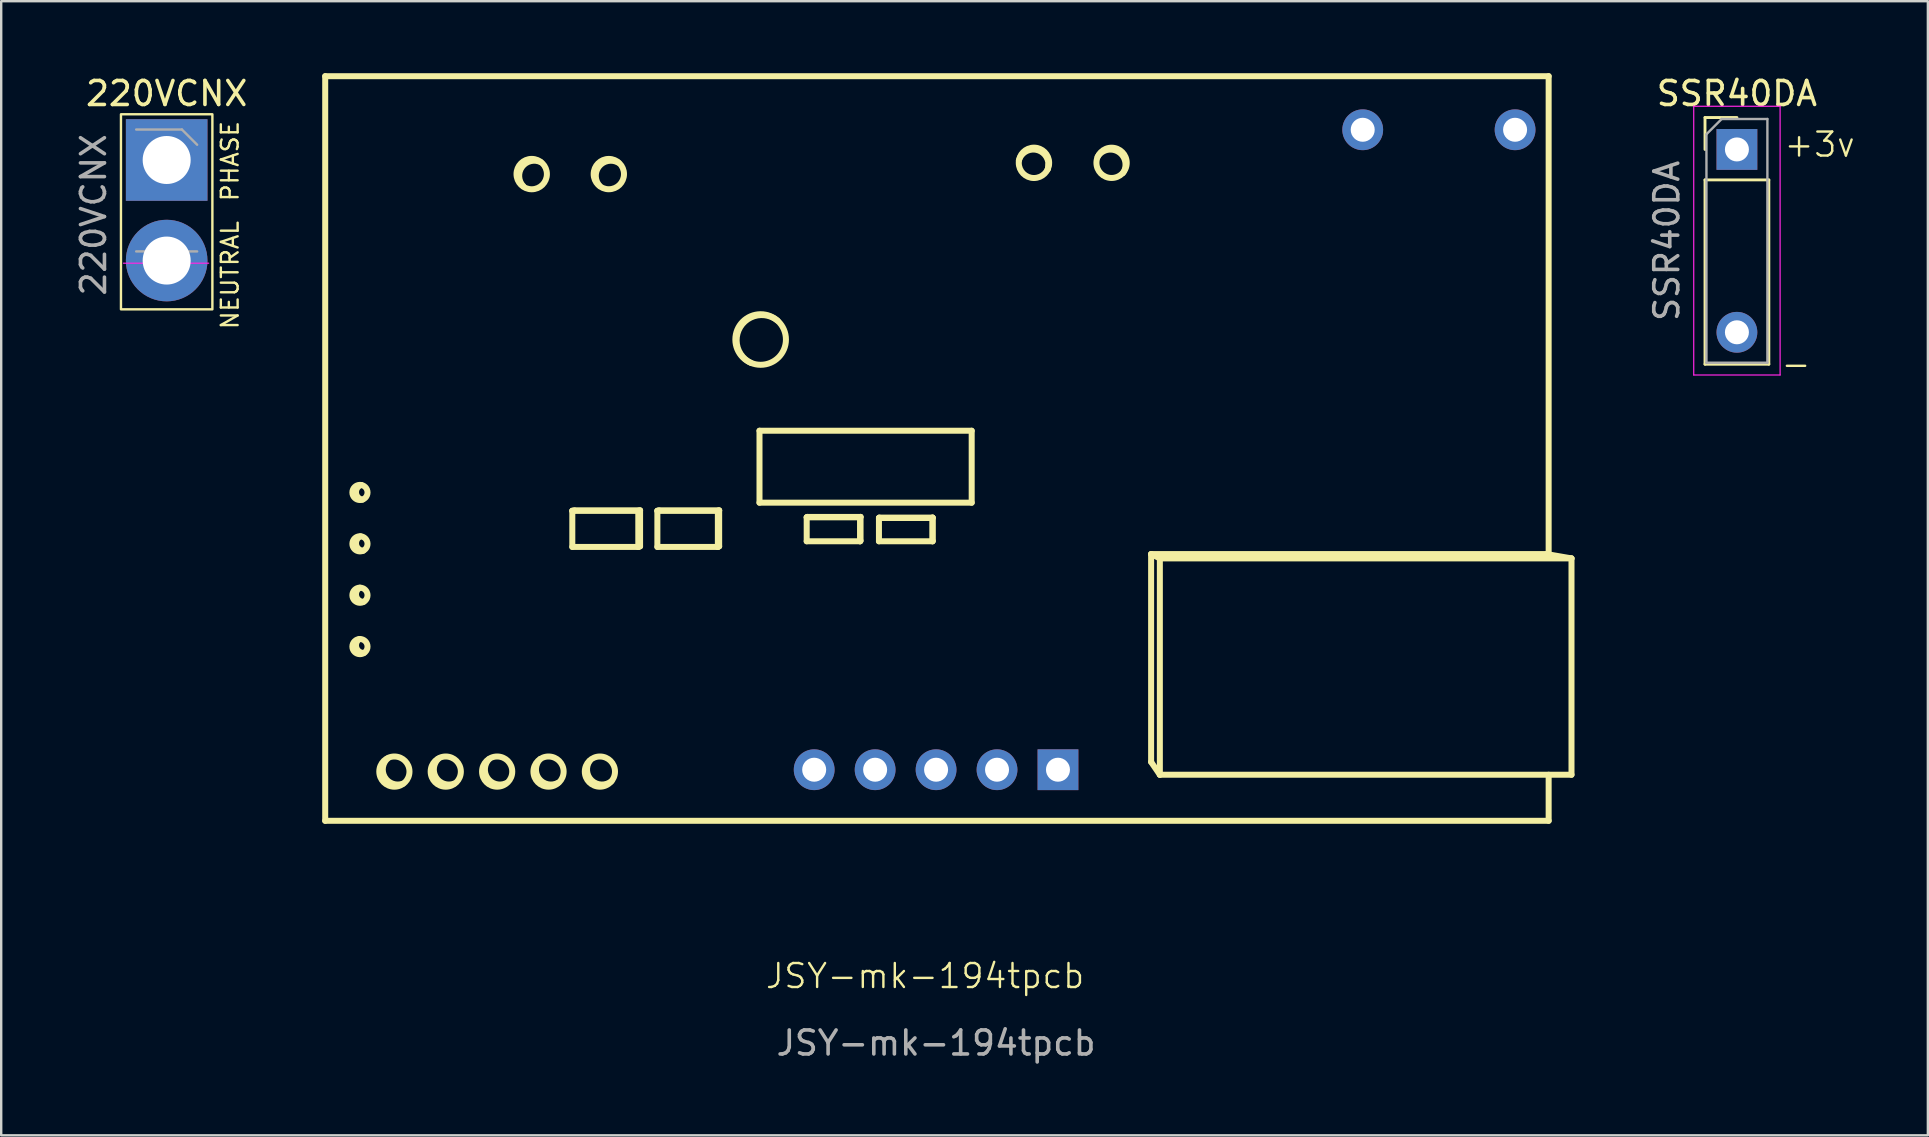
<source format=kicad_pcb>
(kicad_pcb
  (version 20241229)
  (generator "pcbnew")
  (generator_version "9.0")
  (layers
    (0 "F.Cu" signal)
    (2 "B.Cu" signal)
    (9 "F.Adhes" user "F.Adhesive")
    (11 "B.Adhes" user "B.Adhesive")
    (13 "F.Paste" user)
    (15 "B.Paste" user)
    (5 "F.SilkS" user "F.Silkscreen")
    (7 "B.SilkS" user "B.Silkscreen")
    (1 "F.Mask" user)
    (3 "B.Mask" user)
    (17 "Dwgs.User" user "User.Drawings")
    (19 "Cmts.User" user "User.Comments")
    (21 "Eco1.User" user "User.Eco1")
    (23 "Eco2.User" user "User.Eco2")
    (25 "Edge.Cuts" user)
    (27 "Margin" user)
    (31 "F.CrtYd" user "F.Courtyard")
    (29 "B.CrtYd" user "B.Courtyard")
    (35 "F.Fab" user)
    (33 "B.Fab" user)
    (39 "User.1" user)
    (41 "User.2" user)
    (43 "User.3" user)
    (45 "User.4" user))
  (footprint "220VCNX"
    (layer "F.Cu")
    (at 3.896 3.618)
    (property "Reference" "220VCNX" (at 0 -2.77 0) (layer "F.SilkS") (effects (font (size 1 1) (thickness 0.15))))
    (attr through_hole)
    (fp_rect (start -1.905 -1.905) (end 1.905 6.223) (stroke (width 0.1) (type default)) (fill no) (layer "F.SilkS"))
    (fp_line (start 1.75 4.3) (end -1.8 4.3) (stroke (width 0.05) (type solid)) (layer "F.CrtYd"))
    (fp_line (start -1.27 -1.27) (end 0.635 -1.27) (stroke (width 0.1) (type solid)) (layer "F.Fab"))
    (fp_line (start 0.635 -1.27) (end 1.27 -0.635) (stroke (width 0.1) (type solid)) (layer "F.Fab"))
    (fp_line (start 1.27 3.81) (end -1.27 3.81) (stroke (width 0.1) (type solid)) (layer "F.Fab"))
    (fp_text user "PHASE" (at 3.048 1.778 90) (unlocked yes) (layer "F.SilkS") (effects (font (size 0.7 0.7) (thickness 0.1)) (justify left bottom)))
    (fp_text user "NEUTRAL" (at 3.048 7.112 90) (unlocked yes) (layer "F.SilkS") (effects (font (size 0.7 0.7) (thickness 0.1)) (justify left bottom)))
    (fp_text user "${REFERENCE}" (at -3.048 2.286 90) (layer "F.Fab") (effects (font (size 1 1) (thickness 0.15))))
    (pad "1" thru_hole rect (at 0 0) (size 3.4 3.4) (drill 2) (layers "*.Cu" "*.Mask"))
    (pad "2" thru_hole oval (at 0 4.191) (size 3.4 3.4) (drill 2) (layers "*.Cu" "*.Mask")))
  (footprint "SSR40DA"
    (layer "F.Cu")
    (at 69.336 3.178)
    (property "Reference" "SSR40DA" (at 0 -2.33 0) (layer "F.SilkS") (effects (font (size 1 1) (thickness 0.15))))
    (attr through_hole)
    (fp_line (start -1.33 -1.33) (end 0 -1.33) (stroke (width 0.12) (type solid)) (layer "F.SilkS"))
    (fp_line (start -1.33 0) (end -1.33 -1.33) (stroke (width 0.12) (type solid)) (layer "F.SilkS"))
    (fp_line (start -1.33 1.27) (end -1.33 8.95) (stroke (width 0.12) (type solid)) (layer "F.SilkS"))
    (fp_line (start -1.33 1.27) (end 1.33 1.27) (stroke (width 0.12) (type solid)) (layer "F.SilkS"))
    (fp_line (start -1.33 8.95) (end 1.33 8.95) (stroke (width 0.12) (type solid)) (layer "F.SilkS"))
    (fp_line (start 1.33 1.27) (end 1.33 8.95) (stroke (width 0.12) (type solid)) (layer "F.SilkS"))
    (fp_line (start -1.8 -1.8) (end -1.8 9.4) (stroke (width 0.05) (type solid)) (layer "F.CrtYd"))
    (fp_line (start -1.8 9.4) (end 1.8 9.4) (stroke (width 0.05) (type solid)) (layer "F.CrtYd"))
    (fp_line (start 1.8 -1.8) (end -1.8 -1.8) (stroke (width 0.05) (type solid)) (layer "F.CrtYd"))
    (fp_line (start 1.8 9.4) (end 1.8 -1.8) (stroke (width 0.05) (type solid)) (layer "F.CrtYd"))
    (fp_line (start -1.27 -0.635) (end -0.635 -1.27) (stroke (width 0.1) (type solid)) (layer "F.Fab"))
    (fp_line (start -1.27 8.89) (end -1.27 -0.635) (stroke (width 0.1) (type solid)) (layer "F.Fab"))
    (fp_line (start -0.635 -1.27) (end 1.27 -1.27) (stroke (width 0.1) (type solid)) (layer "F.Fab"))
    (fp_line (start 1.27 -1.27) (end 1.27 8.89) (stroke (width 0.1) (type solid)) (layer "F.Fab"))
    (fp_line (start 1.27 8.89) (end -1.27 8.89) (stroke (width 0.1) (type solid)) (layer "F.Fab"))
    (fp_text user "-" (at 1.778 9.525 0) (unlocked yes) (layer "F.SilkS") (effects (font (size 1 1) (thickness 0.1)) (justify left bottom)))
    (fp_text user "+3v" (at 1.905 0.381 0) (unlocked yes) (layer "F.SilkS") (effects (font (size 1 1) (thickness 0.1)) (justify left bottom)))
    (fp_text user "${REFERENCE}" (at -2.921 3.81 90) (layer "F.Fab") (effects (font (size 1 1) (thickness 0.15))))
    (pad "3" thru_hole rect (at 0 0) (size 1.7 1.7) (drill 1) (layers "*.Cu" "*.Mask"))
    (pad "4" thru_hole oval (at 0 7.62) (size 1.7 1.7) (drill 1) (layers "*.Cu" "*.Mask")))
  (footprint "JSY-mk-194tpcb"
    (layer "F.Cu")
    (at 35.961 37.918)
    (property "Reference" "JSY-mk-194tpcb" (at -0.458 -0.293 0) (unlocked yes) (layer "F.SilkS") (effects (font (size 1 1) (thickness 0.1))))
    (attr smd)
    (fp_line (start -25.458 -37.793) (end -25.458 -6.761) (stroke (width 0.25) (type solid)) (layer "F.SilkS"))
    (fp_line (start -25.458 -6.761) (end 25.529 -6.761) (stroke (width 0.25) (type solid)) (layer "F.SilkS"))
    (fp_line (start -15.16 -19.681) (end -15.16 -18.175) (stroke (width 0.25) (type solid)) (layer "F.SilkS"))
    (fp_line (start -15.16 -19.681) (end -15.071 -19.696) (stroke (width 0.25) (type solid)) (layer "F.SilkS"))
    (fp_line (start -15.16 -18.175) (end -12.41 -18.175) (stroke (width 0.25) (type solid)) (layer "F.SilkS"))
    (fp_line (start -12.41 -19.681) (end -15.16 -19.681) (stroke (width 0.25) (type solid)) (layer "F.SilkS"))
    (fp_line (start -12.41 -19.681) (end -12.336 -19.696) (stroke (width 0.25) (type solid)) (layer "F.SilkS"))
    (fp_line (start -12.41 -18.175) (end -12.41 -19.681) (stroke (width 0.25) (type solid)) (layer "F.SilkS"))
    (fp_line (start -12.41 -18.175) (end -12.336 -18.199) (stroke (width 0.25) (type solid)) (layer "F.SilkS"))
    (fp_line (start -12.336 -19.696) (end -15.071 -19.696) (stroke (width 0.25) (type solid)) (layer "F.SilkS"))
    (fp_line (start -12.336 -18.199) (end -12.336 -19.696) (stroke (width 0.25) (type solid)) (layer "F.SilkS"))
    (fp_line (start -11.615 -19.681) (end -11.615 -18.175) (stroke (width 0.25) (type solid)) (layer "F.SilkS"))
    (fp_line (start -11.615 -19.681) (end -11.547 -19.696) (stroke (width 0.25) (type solid)) (layer "F.SilkS"))
    (fp_line (start -11.615 -18.175) (end -9.094 -18.175) (stroke (width 0.25) (type solid)) (layer "F.SilkS"))
    (fp_line (start -9.094 -19.681) (end -11.615 -19.681) (stroke (width 0.25) (type solid)) (layer "F.SilkS"))
    (fp_line (start -9.094 -19.681) (end -9.04 -19.696) (stroke (width 0.25) (type solid)) (layer "F.SilkS"))
    (fp_line (start -9.094 -18.175) (end -9.094 -19.681) (stroke (width 0.25) (type solid)) (layer "F.SilkS"))
    (fp_line (start -9.094 -18.175) (end -9.04 -18.199) (stroke (width 0.25) (type solid)) (layer "F.SilkS"))
    (fp_line (start -9.04 -19.696) (end -11.547 -19.696) (stroke (width 0.25) (type solid)) (layer "F.SilkS"))
    (fp_line (start -9.04 -18.199) (end -9.04 -19.696) (stroke (width 0.25) (type solid)) (layer "F.SilkS"))
    (fp_line (start -7.359 -23.017) (end -7.359 -20.018) (stroke (width 0.25) (type solid)) (layer "F.SilkS"))
    (fp_line (start -7.359 -20.018) (end 1.484 -20.018) (stroke (width 0.25) (type solid)) (layer "F.SilkS"))
    (fp_line (start -5.392 -19.409) (end -5.392 -18.41) (stroke (width 0.25) (type solid)) (layer "F.SilkS"))
    (fp_line (start -5.392 -19.409) (end -5.36 -19.426) (stroke (width 0.25) (type solid)) (layer "F.SilkS"))
    (fp_line (start -5.392 -18.41) (end -3.168 -18.41) (stroke (width 0.25) (type solid)) (layer "F.SilkS"))
    (fp_line (start -3.168 -19.409) (end -5.392 -19.409) (stroke (width 0.25) (type solid)) (layer "F.SilkS"))
    (fp_line (start -3.168 -19.409) (end -3.149 -19.426) (stroke (width 0.25) (type solid)) (layer "F.SilkS"))
    (fp_line (start -3.168 -18.41) (end -3.168 -19.409) (stroke (width 0.25) (type solid)) (layer "F.SilkS"))
    (fp_line (start -3.168 -18.41) (end -3.149 -18.432) (stroke (width 0.25) (type solid)) (layer "F.SilkS"))
    (fp_line (start -3.149 -19.426) (end -5.36 -19.426) (stroke (width 0.25) (type solid)) (layer "F.SilkS"))
    (fp_line (start -3.149 -18.432) (end -3.149 -19.426) (stroke (width 0.25) (type solid)) (layer "F.SilkS"))
    (fp_line (start -2.381 -19.381) (end -2.381 -18.41) (stroke (width 0.25) (type solid)) (layer "F.SilkS"))
    (fp_line (start -2.381 -19.381) (end -2.367 -19.398) (stroke (width 0.25) (type solid)) (layer "F.SilkS"))
    (fp_line (start -2.381 -18.41) (end -0.147 -18.41) (stroke (width 0.25) (type solid)) (layer "F.SilkS"))
    (fp_line (start -0.147 -19.381) (end -2.381 -19.381) (stroke (width 0.25) (type solid)) (layer "F.SilkS"))
    (fp_line (start -0.147 -19.381) (end -0.146 -19.398) (stroke (width 0.25) (type solid)) (layer "F.SilkS"))
    (fp_line (start -0.147 -18.41) (end -0.147 -19.381) (stroke (width 0.25) (type solid)) (layer "F.SilkS"))
    (fp_line (start -0.147 -18.41) (end -0.146 -18.432) (stroke (width 0.25) (type solid)) (layer "F.SilkS"))
    (fp_line (start -0.146 -19.398) (end -2.367 -19.398) (stroke (width 0.25) (type solid)) (layer "F.SilkS"))
    (fp_line (start -0.146 -18.432) (end -0.146 -19.398) (stroke (width 0.25) (type solid)) (layer "F.SilkS"))
    (fp_line (start 1.484 -23.017) (end -7.359 -23.017) (stroke (width 0.25) (type solid)) (layer "F.SilkS"))
    (fp_line (start 1.484 -20.018) (end 1.484 -23.017) (stroke (width 0.25) (type solid)) (layer "F.SilkS"))
    (fp_line (start 4.661 -33.945) (end 4.649 -33.904) (stroke (width 0.25) (type solid)) (layer "F.SilkS"))
    (fp_line (start 4.683 -34.108) (end 4.661 -33.945) (stroke (width 0.25) (type solid)) (layer "F.SilkS"))
    (fp_line (start 8.962 -17.877) (end 8.962 -9.213) (stroke (width 0.25) (type solid)) (layer "F.SilkS"))
    (fp_line (start 9.326 -17.697) (end 8.962 -17.877) (stroke (width 0.25) (type solid)) (layer "F.SilkS"))
    (fp_line (start 9.326 -17.697) (end 9.326 -8.68) (stroke (width 0.25) (type solid)) (layer "F.SilkS"))
    (fp_line (start 9.326 -8.68) (end 8.962 -9.213) (stroke (width 0.25) (type solid)) (layer "F.SilkS"))
    (fp_line (start 9.326 -8.68) (end 26.481 -8.68) (stroke (width 0.25) (type solid)) (layer "F.SilkS"))
    (fp_line (start 25.445 -17.877) (end 8.962 -17.877) (stroke (width 0.25) (type solid)) (layer "F.SilkS"))
    (fp_line (start 25.445 -17.877) (end 26.481 -17.697) (stroke (width 0.25) (type solid)) (layer "F.SilkS"))
    (fp_line (start 25.529 -37.793) (end -25.458 -37.793) (stroke (width 0.25) (type solid)) (layer "F.SilkS"))
    (fp_line (start 25.529 -17.862) (end 25.529 -37.793) (stroke (width 0.25) (type solid)) (layer "F.SilkS"))
    (fp_line (start 25.529 -6.761) (end 25.529 -8.68) (stroke (width 0.25) (type solid)) (layer "F.SilkS"))
    (fp_line (start 26.481 -17.697) (end 9.326 -17.697) (stroke (width 0.25) (type solid)) (layer "F.SilkS"))
    (fp_line (start 26.481 -17.697) (end 26.481 -8.68) (stroke (width 0.25) (type solid)) (layer "F.SilkS"))
    (fp_arc (start -23.905807 -20.145464) (mid -24.17386 -20.431679) (end -23.953977 -20.756369) (stroke (width 0.25) (type solid)) (layer "F.SilkS"))
    (fp_arc (start -23.875762 -18.014575) (mid -24.169684 -18.271742) (end -23.98608 -18.616436) (stroke (width 0.25) (type solid)) (layer "F.SilkS"))
    (fp_arc (start -23.860697 -15.886221) (mid -24.164721 -16.121329) (end -24.013732 -16.474753) (stroke (width 0.25) (type solid)) (layer "F.SilkS"))
    (fp_arc (start -23.84143 -13.758819) (mid -24.159407 -13.975168) (end -24.029688 -14.33723) (stroke (width 0.25) (type solid)) (layer "F.SilkS"))
    (fp_arc (start -22.212199 -8.311888) (mid -22.971191 -8.576398) (end -22.842211 -9.369745) (stroke (width 0.25) (type solid)) (layer "F.SilkS"))
    (fp_arc (start -20.080813 -8.313188) (mid -20.837935 -8.56772) (end -20.726696 -9.358699) (stroke (width 0.25) (type solid)) (layer "F.SilkS"))
    (fp_arc (start -17.933943 -8.32084) (mid -18.69998 -8.552113) (end -18.610883 -9.347325) (stroke (width 0.25) (type solid)) (layer "F.SilkS"))
    (fp_arc (start -17.198932 -33.205949) (mid -17.253538 -34.012954) (end -16.467847 -34.205123) (stroke (width 0.25) (type solid)) (layer "F.SilkS"))
    (fp_arc (start -15.754985 -8.345246) (mid -16.550958 -8.522169) (end -16.494762 -9.335629) (stroke (width 0.25) (type solid)) (layer "F.SilkS"))
    (fp_arc (start -14.018249 -33.219359) (mid -14.044183 -34.034042) (end -13.243928 -34.188873) (stroke (width 0.25) (type solid)) (layer "F.SilkS"))
    (fp_arc (start -13.527567 -8.41146) (mid -14.351097 -8.441544) (end -14.429131 -9.261921) (stroke (width 0.25) (type solid)) (layer "F.SilkS"))
    (fp_arc (start -7.703216 -25.838895) (mid -8.156241 -27.341451) (end -6.609626 -27.607699) (stroke (width 0.25) (type solid)) (layer "F.SilkS"))
    (fp_arc (start 3.44984 -34.279636) (mid 4.141003 -34.730043) (end 4.682552 -34.107717) (stroke (width 0.25) (type solid)) (layer "F.SilkS"))
    (fp_arc (start 6.732799 -34.435424) (mid 7.607832 -34.635635) (end 7.788423 -33.756384) (stroke (width 0.25) (type solid)) (layer "F.SilkS"))
    (fp_circle (center -24.01 -20.445) (end -23.694 -20.445) (stroke (width 0.25) (type solid)) (fill no) (layer "F.SilkS"))
    (fp_circle (center -24.01 -18.304) (end -23.694 -18.304) (stroke (width 0.25) (type solid)) (fill no) (layer "F.SilkS"))
    (fp_circle (center -24.01 -16.162) (end -23.694 -16.162) (stroke (width 0.25) (type solid)) (fill no) (layer "F.SilkS"))
    (fp_circle (center -24.01 -14.021) (end -23.694 -14.021) (stroke (width 0.25) (type solid)) (fill no) (layer "F.SilkS"))
    (fp_circle (center -22.575 -8.812) (end -21.946 -8.812) (stroke (width 0.25) (type solid)) (fill no) (layer "F.SilkS"))
    (fp_circle (center -20.434 -8.812) (end -19.805 -8.812) (stroke (width 0.25) (type solid)) (fill no) (layer "F.SilkS"))
    (fp_circle (center -18.292 -8.812) (end -17.663 -8.812) (stroke (width 0.25) (type solid)) (fill no) (layer "F.SilkS"))
    (fp_circle (center -16.852 -33.713) (end -16.219 -33.713) (stroke (width 0.25) (type solid)) (fill no) (layer "F.SilkS"))
    (fp_circle (center -16.151 -8.812) (end -15.522 -8.812) (stroke (width 0.25) (type solid)) (fill no) (layer "F.SilkS"))
    (fp_circle (center -14.01 -8.812) (end -13.381 -8.812) (stroke (width 0.25) (type solid)) (fill no) (layer "F.SilkS"))
    (fp_circle (center -13.638 -33.713) (end -13.006 -33.713) (stroke (width 0.25) (type solid)) (fill no) (layer "F.SilkS"))
    (fp_circle (center -7.311 -26.819) (end -6.257 -26.819) (stroke (width 0.25) (type solid)) (fill no) (layer "F.SilkS"))
    (fp_circle (center 4.079 -34.182) (end 4.712 -34.182) (stroke (width 0.25) (type solid)) (fill no) (layer "F.SilkS"))
    (fp_circle (center 7.314 -34.182) (end 7.945 -34.182) (stroke (width 0.25) (type solid)) (fill no) (layer "F.SilkS"))
    (fp_text user "${REFERENCE}" (at 0 2.5 0) (unlocked yes) (layer "F.Fab") (effects (font (size 1 1) (thickness 0.15))))
    (pad "1" thru_hole rect (at 5.08 -8.89) (size 1.7 1.7) (drill 1) (layers "*.Cu" "*.Mask"))
    (pad "2" thru_hole oval (at 2.54 -8.89) (size 1.7 1.7) (drill 1) (layers "*.Cu" "*.Mask"))
    (pad "3" thru_hole oval (at 0 -8.89) (size 1.7 1.7) (drill 1) (layers "*.Cu" "*.Mask"))
    (pad "4" thru_hole oval (at -2.54 -8.89) (size 1.7 1.7) (drill 1) (layers "*.Cu" "*.Mask"))
    (pad "5" thru_hole oval (at -5.08 -8.89) (size 1.7 1.7) (drill 1) (layers "*.Cu" "*.Mask"))
    (pad "6" thru_hole oval (at 24.13 -35.56) (size 1.7 1.7) (drill 1) (layers "*.Cu" "*.Mask"))
    (pad "7" thru_hole oval (at 17.78 -35.56) (size 1.7 1.7) (drill 1) (layers "*.Cu" "*.Mask")))
  (gr_rect
    (start -3 -3)
    (end 77.294 44.266)
    (stroke (width 0.1) (type default))
    (fill no)
    (layer "Edge.Cuts")))
</source>
